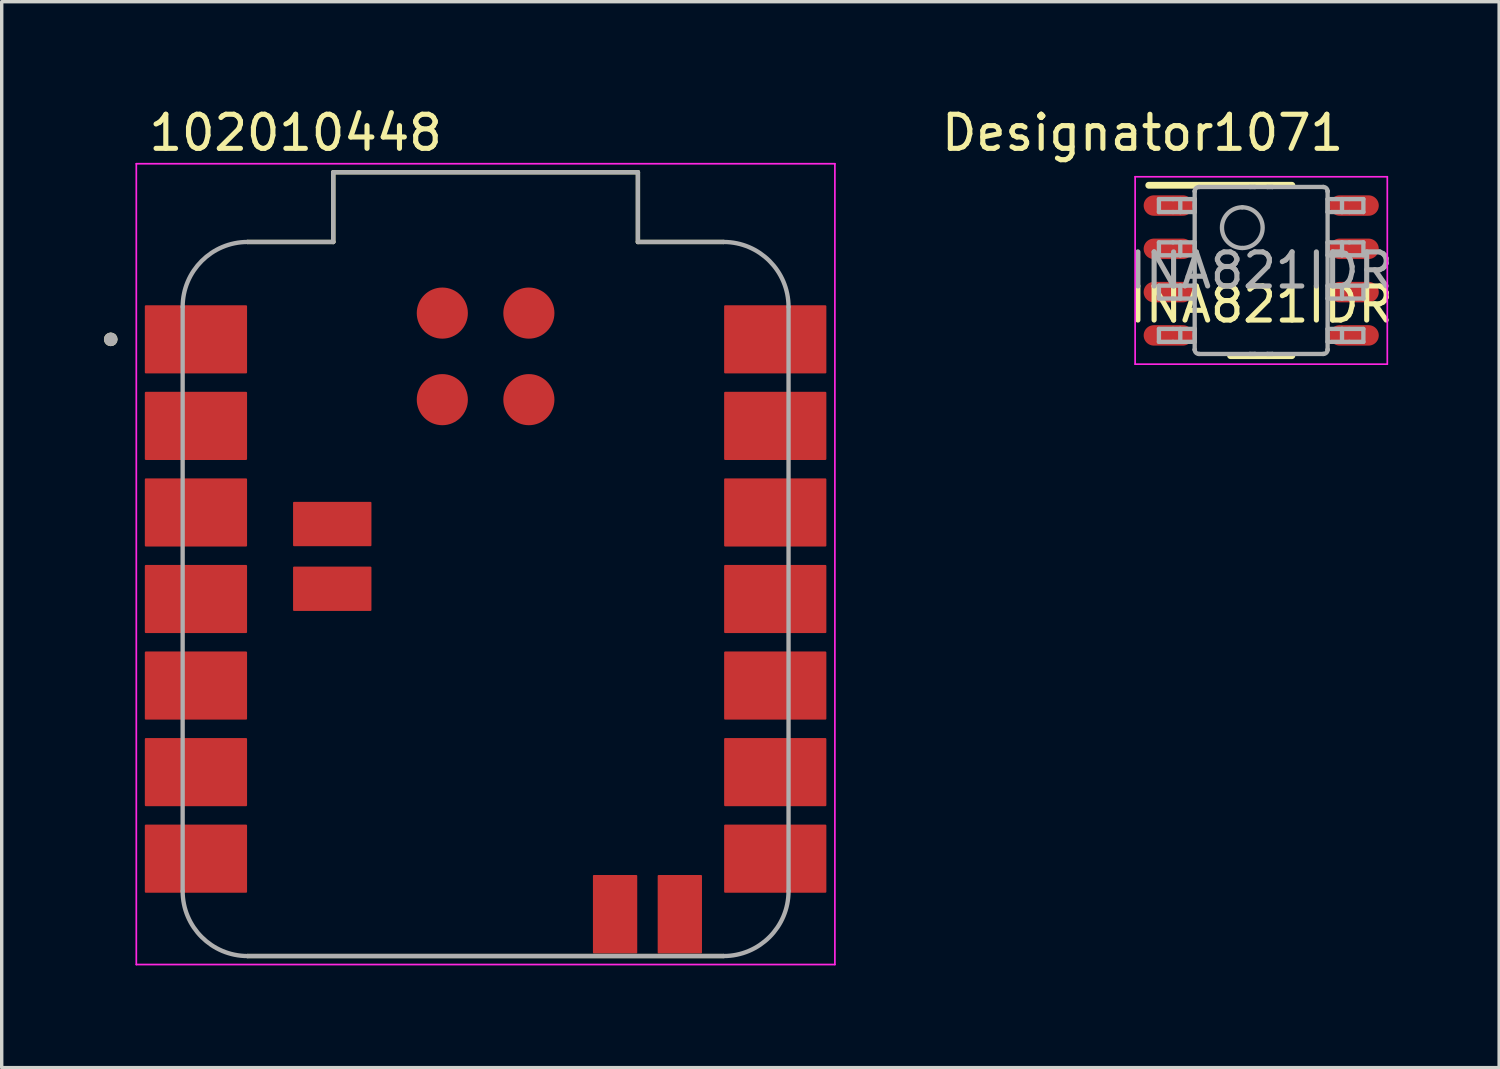
<source format=kicad_pcb>
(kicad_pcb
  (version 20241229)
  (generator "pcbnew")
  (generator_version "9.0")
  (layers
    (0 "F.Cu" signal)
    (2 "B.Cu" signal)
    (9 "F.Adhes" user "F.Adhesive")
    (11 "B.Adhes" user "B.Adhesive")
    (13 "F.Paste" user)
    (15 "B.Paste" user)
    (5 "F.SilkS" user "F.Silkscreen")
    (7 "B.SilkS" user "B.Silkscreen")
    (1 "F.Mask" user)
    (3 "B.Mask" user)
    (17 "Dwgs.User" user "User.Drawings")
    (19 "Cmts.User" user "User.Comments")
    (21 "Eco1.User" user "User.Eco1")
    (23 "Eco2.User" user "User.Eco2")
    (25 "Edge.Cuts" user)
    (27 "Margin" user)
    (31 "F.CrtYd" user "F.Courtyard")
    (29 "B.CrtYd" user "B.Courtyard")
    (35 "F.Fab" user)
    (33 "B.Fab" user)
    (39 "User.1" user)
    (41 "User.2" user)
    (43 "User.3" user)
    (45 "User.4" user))
  (footprint "INA821IDR"
    (layer "F.Cu")
    (at 33.961 4.887)
    (property "Reference" "INA821IDR" (at 0 1 0) (unlocked yes) (layer "F.SilkS") (effects (font (size 1 1) (thickness 0.15))))
    (attr smd)
    (fp_line (start -3.3 -2.5) (end 0.9 -2.5) (stroke (width 0.2) (type solid)) (layer "F.SilkS"))
    (fp_line (start -0.9 2.5) (end 0.9 2.5) (stroke (width 0.2) (type solid)) (layer "F.SilkS"))
    (fp_line (start -3.7 -2.75) (end 3.7 -2.75) (stroke (width 0.05) (type solid)) (layer "F.CrtYd"))
    (fp_line (start -3.7 2.75) (end -3.7 -2.75) (stroke (width 0.05) (type solid)) (layer "F.CrtYd"))
    (fp_line (start -3.7 2.75) (end 3.7 2.75) (stroke (width 0.05) (type solid)) (layer "F.CrtYd"))
    (fp_line (start 3.7 2.75) (end 3.7 -2.75) (stroke (width 0.05) (type solid)) (layer "F.CrtYd"))
    (fp_line (start -3.002 -2.095) (end -2.589 -2.095) (stroke (width 0.127) (type solid)) (layer "F.Fab"))
    (fp_line (start -3.002 -1.715) (end -3.002 -2.095) (stroke (width 0.127) (type solid)) (layer "F.Fab"))
    (fp_line (start -3.002 -1.715) (end -2.589 -1.715) (stroke (width 0.127) (type solid)) (layer "F.Fab"))
    (fp_line (start -3.002 -0.825) (end -2.589 -0.825) (stroke (width 0.127) (type solid)) (layer "F.Fab"))
    (fp_line (start -3.002 -0.445) (end -3.002 -0.825) (stroke (width 0.127) (type solid)) (layer "F.Fab"))
    (fp_line (start -3.002 -0.445) (end -2.589 -0.445) (stroke (width 0.127) (type solid)) (layer "F.Fab"))
    (fp_line (start -3.002 0.445) (end -2.589 0.445) (stroke (width 0.127) (type solid)) (layer "F.Fab"))
    (fp_line (start -3.002 0.825) (end -3.002 0.445) (stroke (width 0.127) (type solid)) (layer "F.Fab"))
    (fp_line (start -3.002 0.825) (end -2.589 0.825) (stroke (width 0.127) (type solid)) (layer "F.Fab"))
    (fp_line (start -3.002 1.715) (end -2.589 1.715) (stroke (width 0.127) (type solid)) (layer "F.Fab"))
    (fp_line (start -3.002 2.095) (end -3.002 1.715) (stroke (width 0.127) (type solid)) (layer "F.Fab"))
    (fp_line (start -3.002 2.095) (end -2.589 2.095) (stroke (width 0.127) (type solid)) (layer "F.Fab"))
    (fp_line (start -2.589 -2.095) (end -2.375 -2.095) (stroke (width 0.127) (type solid)) (layer "F.Fab"))
    (fp_line (start -2.589 -1.715) (end -2.375 -1.715) (stroke (width 0.127) (type solid)) (layer "F.Fab"))
    (fp_line (start -2.589 -0.825) (end -2.375 -0.825) (stroke (width 0.127) (type solid)) (layer "F.Fab"))
    (fp_line (start -2.589 -0.445) (end -2.375 -0.445) (stroke (width 0.127) (type solid)) (layer "F.Fab"))
    (fp_line (start -2.589 0.445) (end -2.375 0.445) (stroke (width 0.127) (type solid)) (layer "F.Fab"))
    (fp_line (start -2.589 0.825) (end -2.375 0.825) (stroke (width 0.127) (type solid)) (layer "F.Fab"))
    (fp_line (start -2.589 1.715) (end -2.375 1.715) (stroke (width 0.127) (type solid)) (layer "F.Fab"))
    (fp_line (start -2.589 2.095) (end -2.375 2.095) (stroke (width 0.127) (type solid)) (layer "F.Fab"))
    (fp_line (start -2.375 -2.095) (end -1.995 -2.095) (stroke (width 0.127) (type solid)) (layer "F.Fab"))
    (fp_line (start -2.375 -1.715) (end -2.375 -2.095) (stroke (width 0.127) (type solid)) (layer "F.Fab"))
    (fp_line (start -2.375 -1.715) (end -1.995 -1.715) (stroke (width 0.127) (type solid)) (layer "F.Fab"))
    (fp_line (start -2.375 -0.825) (end -1.995 -0.825) (stroke (width 0.127) (type solid)) (layer "F.Fab"))
    (fp_line (start -2.375 -0.445) (end -2.375 -0.825) (stroke (width 0.127) (type solid)) (layer "F.Fab"))
    (fp_line (start -2.375 -0.445) (end -1.995 -0.445) (stroke (width 0.127) (type solid)) (layer "F.Fab"))
    (fp_line (start -2.375 0.445) (end -1.995 0.445) (stroke (width 0.127) (type solid)) (layer "F.Fab"))
    (fp_line (start -2.375 0.825) (end -2.375 0.445) (stroke (width 0.127) (type solid)) (layer "F.Fab"))
    (fp_line (start -2.375 0.825) (end -1.995 0.825) (stroke (width 0.127) (type solid)) (layer "F.Fab"))
    (fp_line (start -2.375 1.715) (end -1.995 1.715) (stroke (width 0.127) (type solid)) (layer "F.Fab"))
    (fp_line (start -2.375 2.095) (end -2.375 1.715) (stroke (width 0.127) (type solid)) (layer "F.Fab"))
    (fp_line (start -2.375 2.095) (end -1.995 2.095) (stroke (width 0.127) (type solid)) (layer "F.Fab"))
    (fp_line (start -1.995 -2.095) (end -1.952 -2.095) (stroke (width 0.127) (type solid)) (layer "F.Fab"))
    (fp_line (start -1.995 -1.715) (end -1.952 -1.715) (stroke (width 0.127) (type solid)) (layer "F.Fab"))
    (fp_line (start -1.995 -0.825) (end -1.952 -0.825) (stroke (width 0.127) (type solid)) (layer "F.Fab"))
    (fp_line (start -1.995 -0.445) (end -1.952 -0.445) (stroke (width 0.127) (type solid)) (layer "F.Fab"))
    (fp_line (start -1.995 0.445) (end -1.952 0.445) (stroke (width 0.127) (type solid)) (layer "F.Fab"))
    (fp_line (start -1.995 0.825) (end -1.952 0.825) (stroke (width 0.127) (type solid)) (layer "F.Fab"))
    (fp_line (start -1.995 1.715) (end -1.952 1.715) (stroke (width 0.127) (type solid)) (layer "F.Fab"))
    (fp_line (start -1.995 2.095) (end -1.952 2.095) (stroke (width 0.127) (type solid)) (layer "F.Fab"))
    (fp_line (start -1.952 -2.323) (end -1.952 -2.324) (stroke (width 0.127) (type solid)) (layer "F.Fab"))
    (fp_line (start -1.952 -1.715) (end -1.952 -2.095) (stroke (width 0.127) (type solid)) (layer "F.Fab"))
    (fp_line (start -1.952 -0.445) (end -1.952 -0.825) (stroke (width 0.127) (type solid)) (layer "F.Fab"))
    (fp_line (start -1.952 0.825) (end -1.952 0.445) (stroke (width 0.127) (type solid)) (layer "F.Fab"))
    (fp_line (start -1.952 2.095) (end -1.952 1.715) (stroke (width 0.127) (type solid)) (layer "F.Fab"))
    (fp_line (start -1.952 2.323) (end -1.952 -2.323) (stroke (width 0.127) (type solid)) (layer "F.Fab"))
    (fp_line (start -1.952 2.324) (end -1.952 2.323) (stroke (width 0.127) (type solid)) (layer "F.Fab"))
    (fp_line (start -1.826 -2.45) (end -1.825 -2.45) (stroke (width 0.127) (type solid)) (layer "F.Fab"))
    (fp_line (start -1.826 2.45) (end -1.825 2.45) (stroke (width 0.127) (type solid)) (layer "F.Fab"))
    (fp_line (start -1.825 -2.45) (end -0.332 -2.45) (stroke (width 0.127) (type solid)) (layer "F.Fab"))
    (fp_line (start -1.825 2.45) (end -0.332 2.45) (stroke (width 0.127) (type solid)) (layer "F.Fab"))
    (fp_line (start -0.332 -2.45) (end -0.182 -2.45) (stroke (width 0.127) (type solid)) (layer "F.Fab"))
    (fp_line (start -0.332 -2.45) (end -0.182 -2.45) (stroke (width 0.127) (type solid)) (layer "F.Fab"))
    (fp_line (start -0.332 2.45) (end -0.182 2.45) (stroke (width 0.127) (type solid)) (layer "F.Fab"))
    (fp_line (start -0.332 2.45) (end -0.182 2.45) (stroke (width 0.127) (type solid)) (layer "F.Fab"))
    (fp_line (start -0.182 -2.45) (end 0.178 -2.45) (stroke (width 0.127) (type solid)) (layer "F.Fab"))
    (fp_line (start -0.182 2.45) (end 0.178 2.45) (stroke (width 0.127) (type solid)) (layer "F.Fab"))
    (fp_line (start 0.178 -2.45) (end 0.328 -2.45) (stroke (width 0.127) (type solid)) (layer "F.Fab"))
    (fp_line (start 0.178 -2.45) (end 0.328 -2.45) (stroke (width 0.127) (type solid)) (layer "F.Fab"))
    (fp_line (start 0.178 2.45) (end 0.328 2.45) (stroke (width 0.127) (type solid)) (layer "F.Fab"))
    (fp_line (start 0.178 2.45) (end 0.328 2.45) (stroke (width 0.127) (type solid)) (layer "F.Fab"))
    (fp_line (start 0.328 -2.45) (end 1.821 -2.45) (stroke (width 0.127) (type solid)) (layer "F.Fab"))
    (fp_line (start 0.328 2.45) (end 1.821 2.45) (stroke (width 0.127) (type solid)) (layer "F.Fab"))
    (fp_line (start 1.821 -2.45) (end 1.822 -2.45) (stroke (width 0.127) (type solid)) (layer "F.Fab"))
    (fp_line (start 1.821 2.45) (end 1.822 2.45) (stroke (width 0.127) (type solid)) (layer "F.Fab"))
    (fp_line (start 1.948 -2.323) (end 1.948 -2.324) (stroke (width 0.127) (type solid)) (layer "F.Fab"))
    (fp_line (start 1.948 -2.095) (end 1.991 -2.095) (stroke (width 0.127) (type solid)) (layer "F.Fab"))
    (fp_line (start 1.948 -1.715) (end 1.948 -2.095) (stroke (width 0.127) (type solid)) (layer "F.Fab"))
    (fp_line (start 1.948 -1.715) (end 1.991 -1.715) (stroke (width 0.127) (type solid)) (layer "F.Fab"))
    (fp_line (start 1.948 -0.825) (end 1.991 -0.825) (stroke (width 0.127) (type solid)) (layer "F.Fab"))
    (fp_line (start 1.948 -0.445) (end 1.948 -0.825) (stroke (width 0.127) (type solid)) (layer "F.Fab"))
    (fp_line (start 1.948 -0.445) (end 1.991 -0.445) (stroke (width 0.127) (type solid)) (layer "F.Fab"))
    (fp_line (start 1.948 0.445) (end 1.991 0.445) (stroke (width 0.127) (type solid)) (layer "F.Fab"))
    (fp_line (start 1.948 0.825) (end 1.948 0.445) (stroke (width 0.127) (type solid)) (layer "F.Fab"))
    (fp_line (start 1.948 0.825) (end 1.991 0.825) (stroke (width 0.127) (type solid)) (layer "F.Fab"))
    (fp_line (start 1.948 1.715) (end 1.991 1.715) (stroke (width 0.127) (type solid)) (layer "F.Fab"))
    (fp_line (start 1.948 2.095) (end 1.948 1.715) (stroke (width 0.127) (type solid)) (layer "F.Fab"))
    (fp_line (start 1.948 2.095) (end 1.991 2.095) (stroke (width 0.127) (type solid)) (layer "F.Fab"))
    (fp_line (start 1.948 2.323) (end 1.948 -2.323) (stroke (width 0.127) (type solid)) (layer "F.Fab"))
    (fp_line (start 1.948 2.324) (end 1.948 2.323) (stroke (width 0.127) (type solid)) (layer "F.Fab"))
    (fp_line (start 1.991 -2.095) (end 2.371 -2.095) (stroke (width 0.127) (type solid)) (layer "F.Fab"))
    (fp_line (start 1.991 -1.715) (end 2.371 -1.715) (stroke (width 0.127) (type solid)) (layer "F.Fab"))
    (fp_line (start 1.991 -0.825) (end 2.371 -0.825) (stroke (width 0.127) (type solid)) (layer "F.Fab"))
    (fp_line (start 1.991 -0.445) (end 2.371 -0.445) (stroke (width 0.127) (type solid)) (layer "F.Fab"))
    (fp_line (start 1.991 0.445) (end 2.371 0.445) (stroke (width 0.127) (type solid)) (layer "F.Fab"))
    (fp_line (start 1.991 0.825) (end 2.371 0.825) (stroke (width 0.127) (type solid)) (layer "F.Fab"))
    (fp_line (start 1.991 1.715) (end 2.371 1.715) (stroke (width 0.127) (type solid)) (layer "F.Fab"))
    (fp_line (start 1.991 2.095) (end 2.371 2.095) (stroke (width 0.127) (type solid)) (layer "F.Fab"))
    (fp_line (start 2.371 -2.095) (end 2.585 -2.095) (stroke (width 0.127) (type solid)) (layer "F.Fab"))
    (fp_line (start 2.371 -1.715) (end 2.371 -2.095) (stroke (width 0.127) (type solid)) (layer "F.Fab"))
    (fp_line (start 2.371 -1.715) (end 2.585 -1.715) (stroke (width 0.127) (type solid)) (layer "F.Fab"))
    (fp_line (start 2.371 -0.825) (end 2.585 -0.825) (stroke (width 0.127) (type solid)) (layer "F.Fab"))
    (fp_line (start 2.371 -0.445) (end 2.371 -0.825) (stroke (width 0.127) (type solid)) (layer "F.Fab"))
    (fp_line (start 2.371 -0.445) (end 2.585 -0.445) (stroke (width 0.127) (type solid)) (layer "F.Fab"))
    (fp_line (start 2.371 0.445) (end 2.585 0.445) (stroke (width 0.127) (type solid)) (layer "F.Fab"))
    (fp_line (start 2.371 0.825) (end 2.371 0.445) (stroke (width 0.127) (type solid)) (layer "F.Fab"))
    (fp_line (start 2.371 0.825) (end 2.585 0.825) (stroke (width 0.127) (type solid)) (layer "F.Fab"))
    (fp_line (start 2.371 1.715) (end 2.585 1.715) (stroke (width 0.127) (type solid)) (layer "F.Fab"))
    (fp_line (start 2.371 2.095) (end 2.371 1.715) (stroke (width 0.127) (type solid)) (layer "F.Fab"))
    (fp_line (start 2.371 2.095) (end 2.585 2.095) (stroke (width 0.127) (type solid)) (layer "F.Fab"))
    (fp_line (start 2.585 -2.095) (end 2.998 -2.095) (stroke (width 0.127) (type solid)) (layer "F.Fab"))
    (fp_line (start 2.585 -1.715) (end 2.998 -1.715) (stroke (width 0.127) (type solid)) (layer "F.Fab"))
    (fp_line (start 2.585 -0.825) (end 2.998 -0.825) (stroke (width 0.127) (type solid)) (layer "F.Fab"))
    (fp_line (start 2.585 -0.445) (end 2.998 -0.445) (stroke (width 0.127) (type solid)) (layer "F.Fab"))
    (fp_line (start 2.585 0.445) (end 2.998 0.445) (stroke (width 0.127) (type solid)) (layer "F.Fab"))
    (fp_line (start 2.585 0.825) (end 2.998 0.825) (stroke (width 0.127) (type solid)) (layer "F.Fab"))
    (fp_line (start 2.585 1.715) (end 2.998 1.715) (stroke (width 0.127) (type solid)) (layer "F.Fab"))
    (fp_line (start 2.585 2.095) (end 2.998 2.095) (stroke (width 0.127) (type solid)) (layer "F.Fab"))
    (fp_line (start 2.998 -1.715) (end 2.998 -2.095) (stroke (width 0.127) (type solid)) (layer "F.Fab"))
    (fp_line (start 2.998 -0.445) (end 2.998 -0.825) (stroke (width 0.127) (type solid)) (layer "F.Fab"))
    (fp_line (start 2.998 0.825) (end 2.998 0.445) (stroke (width 0.127) (type solid)) (layer "F.Fab"))
    (fp_line (start 2.998 2.095) (end 2.998 1.715) (stroke (width 0.127) (type solid)) (layer "F.Fab"))
    (fp_arc (start -1.952002 -2.323941) (mid -1.914806 -2.412806) (end -1.825941 -2.450002) (stroke (width 0.127) (type solid)) (layer "F.Fab"))
    (fp_arc (start -1.825941 2.449992) (mid -1.914806 2.412795) (end -1.952002 2.323931) (stroke (width 0.127) (type solid)) (layer "F.Fab"))
    (fp_arc (start -0.555 -1.8531) (mid 0.0419 -1.2562) (end -0.555 -0.6593) (stroke (width 0.127) (type solid)) (layer "F.Fab"))
    (fp_arc (start -0.555 -0.6593) (mid -1.1519 -1.2562) (end -0.555 -1.8531) (stroke (width 0.127) (type solid)) (layer "F.Fab"))
    (fp_arc (start 1.821933 -2.450002) (mid 1.910797 -2.412806) (end 1.947994 -2.323941) (stroke (width 0.127) (type solid)) (layer "F.Fab"))
    (fp_arc (start 1.947994 2.323931) (mid 1.910797 2.412795) (end 1.821933 2.449992) (stroke (width 0.127) (type solid)) (layer "F.Fab"))
    (fp_text user "Designator1071" (at -3.48 -4.039 0) (unlocked yes) (layer "F.SilkS") (effects (font (size 1 1) (thickness 0.15))))
    (fp_text user "${REFERENCE}" (at 0 0 0) (unlocked yes) (layer "F.Fab") (effects (font (size 1 1) (thickness 0.15))))
    (pad "1" smd oval (at -2.725 -1.905 90) (size 0.6 1.45) (layers "F.Cu" "F.Mask" "F.Paste"))
    (pad "2" smd oval (at -2.725 -0.635 90) (size 0.6 1.45) (layers "F.Cu" "F.Mask" "F.Paste"))
    (pad "3" smd oval (at -2.725 0.635 90) (size 0.6 1.45) (layers "F.Cu" "F.Mask" "F.Paste"))
    (pad "4" smd oval (at -2.725 1.905 90) (size 0.6 1.45) (layers "F.Cu" "F.Mask" "F.Paste"))
    (pad "5" smd oval (at 2.725 1.905 90) (size 0.6 1.45) (layers "F.Cu" "F.Mask" "F.Paste"))
    (pad "6" smd oval (at 2.725 0.635 90) (size 0.6 1.45) (layers "F.Cu" "F.Mask" "F.Paste"))
    (pad "7" smd oval (at 2.725 -0.635 90) (size 0.6 1.45) (layers "F.Cu" "F.Mask" "F.Paste"))
    (pad "8" smd oval (at 2.725 -1.905 90) (size 0.6 1.45) (layers "F.Cu" "F.Mask" "F.Paste")))
  (footprint "102010448"
    (layer "F.Cu")
    (at 11.2 14.528)
    (property "Reference" "102010448" (at -5.575 -13.68 0) (layer "F.SilkS") (effects (font (size 1 1) (thickness 0.15))))
    (attr smd)
    (fp_line (start -6.984 -10.477) (end -4.47 -10.477) (stroke (width 0.127) (type solid)) (layer "F.SilkS"))
    (fp_line (start -4.47 -12.523) (end 4.47 -12.523) (stroke (width 0.127) (type solid)) (layer "F.SilkS"))
    (fp_line (start -4.47 -10.477) (end -4.47 -12.523) (stroke (width 0.127) (type solid)) (layer "F.SilkS"))
    (fp_line (start 4.47 -12.523) (end 4.47 -10.477) (stroke (width 0.127) (type solid)) (layer "F.SilkS"))
    (fp_line (start 4.47 -10.477) (end 6.984 -10.477) (stroke (width 0.127) (type solid)) (layer "F.SilkS"))
    (fp_line (start 6.984 10.477) (end -6.984 10.477) (stroke (width 0.127) (type solid)) (layer "F.SilkS"))
    (fp_circle (center -11 -7.62) (end -10.9 -7.62) (stroke (width 0.2) (type solid)) (fill no) (layer "F.SilkS"))
    (fp_line (start -10.25 -12.773) (end 10.25 -12.773) (stroke (width 0.05) (type solid)) (layer "F.CrtYd"))
    (fp_line (start -10.25 10.727) (end -10.25 -12.773) (stroke (width 0.05) (type solid)) (layer "F.CrtYd"))
    (fp_line (start 10.25 -12.773) (end 10.25 10.727) (stroke (width 0.05) (type solid)) (layer "F.CrtYd"))
    (fp_line (start 10.25 10.727) (end -10.25 10.727) (stroke (width 0.05) (type solid)) (layer "F.CrtYd"))
    (fp_line (start -8.89 8.571) (end -8.89 -8.571) (stroke (width 0.127) (type solid)) (layer "F.Fab"))
    (fp_line (start -6.984 -10.477) (end -4.47 -10.477) (stroke (width 0.127) (type solid)) (layer "F.Fab"))
    (fp_line (start -4.47 -12.523) (end 4.47 -12.523) (stroke (width 0.127) (type solid)) (layer "F.Fab"))
    (fp_line (start -4.47 -10.477) (end -4.47 -12.523) (stroke (width 0.127) (type solid)) (layer "F.Fab"))
    (fp_line (start 4.47 -12.523) (end 4.47 -10.477) (stroke (width 0.127) (type solid)) (layer "F.Fab"))
    (fp_line (start 4.47 -10.477) (end 6.984 -10.477) (stroke (width 0.127) (type solid)) (layer "F.Fab"))
    (fp_line (start 6.984 10.477) (end -6.984 10.477) (stroke (width 0.127) (type solid)) (layer "F.Fab"))
    (fp_line (start 8.89 -8.571) (end 8.89 8.571) (stroke (width 0.127) (type solid)) (layer "F.Fab"))
    (fp_arc (start -8.89 -8.5712) (mid -8.331658 -9.919158) (end -6.9837 -10.4775) (stroke (width 0.127) (type solid)) (layer "F.Fab"))
    (fp_arc (start -6.9837 10.4775) (mid -8.331658 9.919158) (end -8.89 8.5712) (stroke (width 0.127) (type solid)) (layer "F.Fab"))
    (fp_arc (start 6.9837 -10.4775) (mid 8.331658 -9.919158) (end 8.89 -8.5712) (stroke (width 0.127) (type solid)) (layer "F.Fab"))
    (fp_arc (start 8.89 8.5712) (mid 8.331658 9.919158) (end 6.9837 10.4775) (stroke (width 0.127) (type solid)) (layer "F.Fab"))
    (fp_circle (center -11 -7.62) (end -10.9 -7.62) (stroke (width 0.2) (type solid)) (fill no) (layer "F.Fab"))
    (pad "0" smd roundrect (at -8.5 -7.62) (size 3 2) (layers "F.Cu" "F.Mask" "F.Paste") (roundrect_rratio 0.015))
    (pad "1" smd roundrect (at -8.5 -5.08) (size 3 2) (layers "F.Cu" "F.Mask" "F.Paste") (roundrect_rratio 0.015))
    (pad "2" smd roundrect (at -8.5 -2.54) (size 3 2) (layers "F.Cu" "F.Mask" "F.Paste") (roundrect_rratio 0.015))
    (pad "3" smd roundrect (at -8.5 0) (size 3 2) (layers "F.Cu" "F.Mask" "F.Paste") (roundrect_rratio 0.015))
    (pad "3V3" smd roundrect (at 8.5 -2.54) (size 3 2) (layers "F.Cu" "F.Mask" "F.Paste") (roundrect_rratio 0.015))
    (pad "4" smd roundrect (at -8.5 2.54) (size 3 2) (layers "F.Cu" "F.Mask" "F.Paste") (roundrect_rratio 0.015))
    (pad "5" smd roundrect (at -8.5 5.08) (size 3 2) (layers "F.Cu" "F.Mask" "F.Paste") (roundrect_rratio 0.015))
    (pad "6" smd roundrect (at -8.5 7.62) (size 3 2) (layers "F.Cu" "F.Mask" "F.Paste") (roundrect_rratio 0.015))
    (pad "7" smd roundrect (at 8.5 7.62) (size 3 2) (layers "F.Cu" "F.Mask" "F.Paste") (roundrect_rratio 0.015))
    (pad "8" smd roundrect (at 8.5 5.08) (size 3 2) (layers "F.Cu" "F.Mask" "F.Paste") (roundrect_rratio 0.015))
    (pad "9" smd roundrect (at 8.5 2.54) (size 3 2) (layers "F.Cu" "F.Mask" "F.Paste") (roundrect_rratio 0.015))
    (pad "10" smd roundrect (at 8.5 0) (size 3 2) (layers "F.Cu" "F.Mask" "F.Paste") (roundrect_rratio 0.015))
    (pad "BAT_N" smd roundrect (at -4.5 -2.2) (size 2.3 1.3) (layers "F.Cu" "F.Mask" "F.Paste") (roundrect_rratio 0.02))
    (pad "BAT_P" smd roundrect (at -4.5 -0.3) (size 2.3 1.3) (layers "F.Cu" "F.Mask" "F.Paste") (roundrect_rratio 0.02))
    (pad "GND" smd roundrect (at 8.5 -5.08) (size 3 2) (layers "F.Cu" "F.Mask" "F.Paste") (roundrect_rratio 0.015))
    (pad "NFC1" smd roundrect (at 3.8 9.25) (size 1.3 2.3) (layers "F.Cu" "F.Mask" "F.Paste") (roundrect_rratio 0.02))
    (pad "NFC2" smd roundrect (at 5.7 9.25) (size 1.3 2.3) (layers "F.Cu" "F.Mask" "F.Paste") (roundrect_rratio 0.02))
    (pad "TP1" smd circle (at 1.27 -5.85) (size 1.5 1.5) (layers "F.Cu" "F.Mask" "F.Paste"))
    (pad "TP2" smd circle (at -1.27 -5.85) (size 1.5 1.5) (layers "F.Cu" "F.Mask" "F.Paste"))
    (pad "TP3" smd circle (at 1.27 -8.39) (size 1.5 1.5) (layers "F.Cu" "F.Mask" "F.Paste"))
    (pad "TP5" smd circle (at -1.27 -8.39) (size 1.5 1.5) (layers "F.Cu" "F.Mask" "F.Paste"))
    (pad "VUSB" smd roundrect (at 8.5 -7.62) (size 3 2) (layers "F.Cu" "F.Mask" "F.Paste") (roundrect_rratio 0.015))
    (zone (net_name "") (layer "F.Cu") (hatch full 0.508) (connect_pads) (min_thickness 0.01) (filled_areas_thickness no) (keepout (tracks not_allowed) (vias not_allowed) (pads not_allowed) (copperpour not_allowed) (footprints allowed)) (placement (enabled no)) (fill) (polygon (pts (xy 5.983 3.946) (xy 7.761 3.946) (xy 7.761 6.613) (xy 5.983 6.613))))
    (zone (net_name "") (layer "F.Cu") (hatch full 0.508) (connect_pads) (min_thickness 0.01) (filled_areas_thickness no) (keepout (tracks not_allowed) (vias not_allowed) (pads not_allowed) (copperpour not_allowed) (footprints allowed)) (placement (enabled no)) (fill) (polygon (pts (xy 5.983 8.01) (xy 7.761 8.01) (xy 7.761 10.677) (xy 5.983 10.677))))
    (zone (net_name "") (layer "F.Cu") (hatch full 0.508) (connect_pads) (min_thickness 0.01) (filled_areas_thickness no) (keepout (tracks not_allowed) (vias not_allowed) (pads not_allowed) (copperpour not_allowed) (footprints allowed)) (placement (enabled no)) (fill) (polygon (pts (xy 14.619 3.946) (xy 16.397 3.946) (xy 16.397 6.613) (xy 14.619 6.613))))
    (zone (net_name "") (layer "F.Cu") (hatch full 0.508) (connect_pads) (min_thickness 0.01) (filled_areas_thickness no) (keepout (tracks not_allowed) (vias not_allowed) (pads not_allowed) (copperpour not_allowed) (footprints allowed)) (placement (enabled no)) (fill) (polygon (pts (xy 14.619 8.01) (xy 16.397 8.01) (xy 16.397 10.677) (xy 14.619 10.677))))
    (zone (net_name "") (layers "F.Cu" "B.Cu") (hatch full 0.508) (connect_pads) (min_thickness 0.01) (filled_areas_thickness no) (keepout (tracks allowed) (vias not_allowed) (pads allowed) (copperpour allowed) (footprints allowed)) (placement (enabled no)) (fill) (polygon (pts (xy 5.983 3.946) (xy 7.761 3.946) (xy 7.761 6.613) (xy 5.983 6.613))))
    (zone (net_name "") (layers "F.Cu" "B.Cu") (hatch full 0.508) (connect_pads) (min_thickness 0.01) (filled_areas_thickness no) (keepout (tracks allowed) (vias not_allowed) (pads allowed) (copperpour allowed) (footprints allowed)) (placement (enabled no)) (fill) (polygon (pts (xy 5.983 8.01) (xy 7.761 8.01) (xy 7.761 10.677) (xy 5.983 10.677))))
    (zone (net_name "") (layers "F.Cu" "B.Cu") (hatch full 0.508) (connect_pads) (min_thickness 0.01) (filled_areas_thickness no) (keepout (tracks allowed) (vias not_allowed) (pads allowed) (copperpour allowed) (footprints allowed)) (placement (enabled no)) (fill) (polygon (pts (xy 14.619 3.946) (xy 16.397 3.946) (xy 16.397 6.613) (xy 14.619 6.613))))
    (zone (net_name "") (layers "F.Cu" "B.Cu") (hatch full 0.508) (connect_pads) (min_thickness 0.01) (filled_areas_thickness no) (keepout (tracks allowed) (vias not_allowed) (pads allowed) (copperpour allowed) (footprints allowed)) (placement (enabled no)) (fill) (polygon (pts (xy 14.619 8.01) (xy 16.397 8.01) (xy 16.397 10.677) (xy 14.619 10.677)))))
  (gr_rect
    (start -3 -3)
    (end 40.943 28.281)
    (stroke (width 0.1) (type default))
    (fill no)
    (layer "Edge.Cuts")))
</source>
